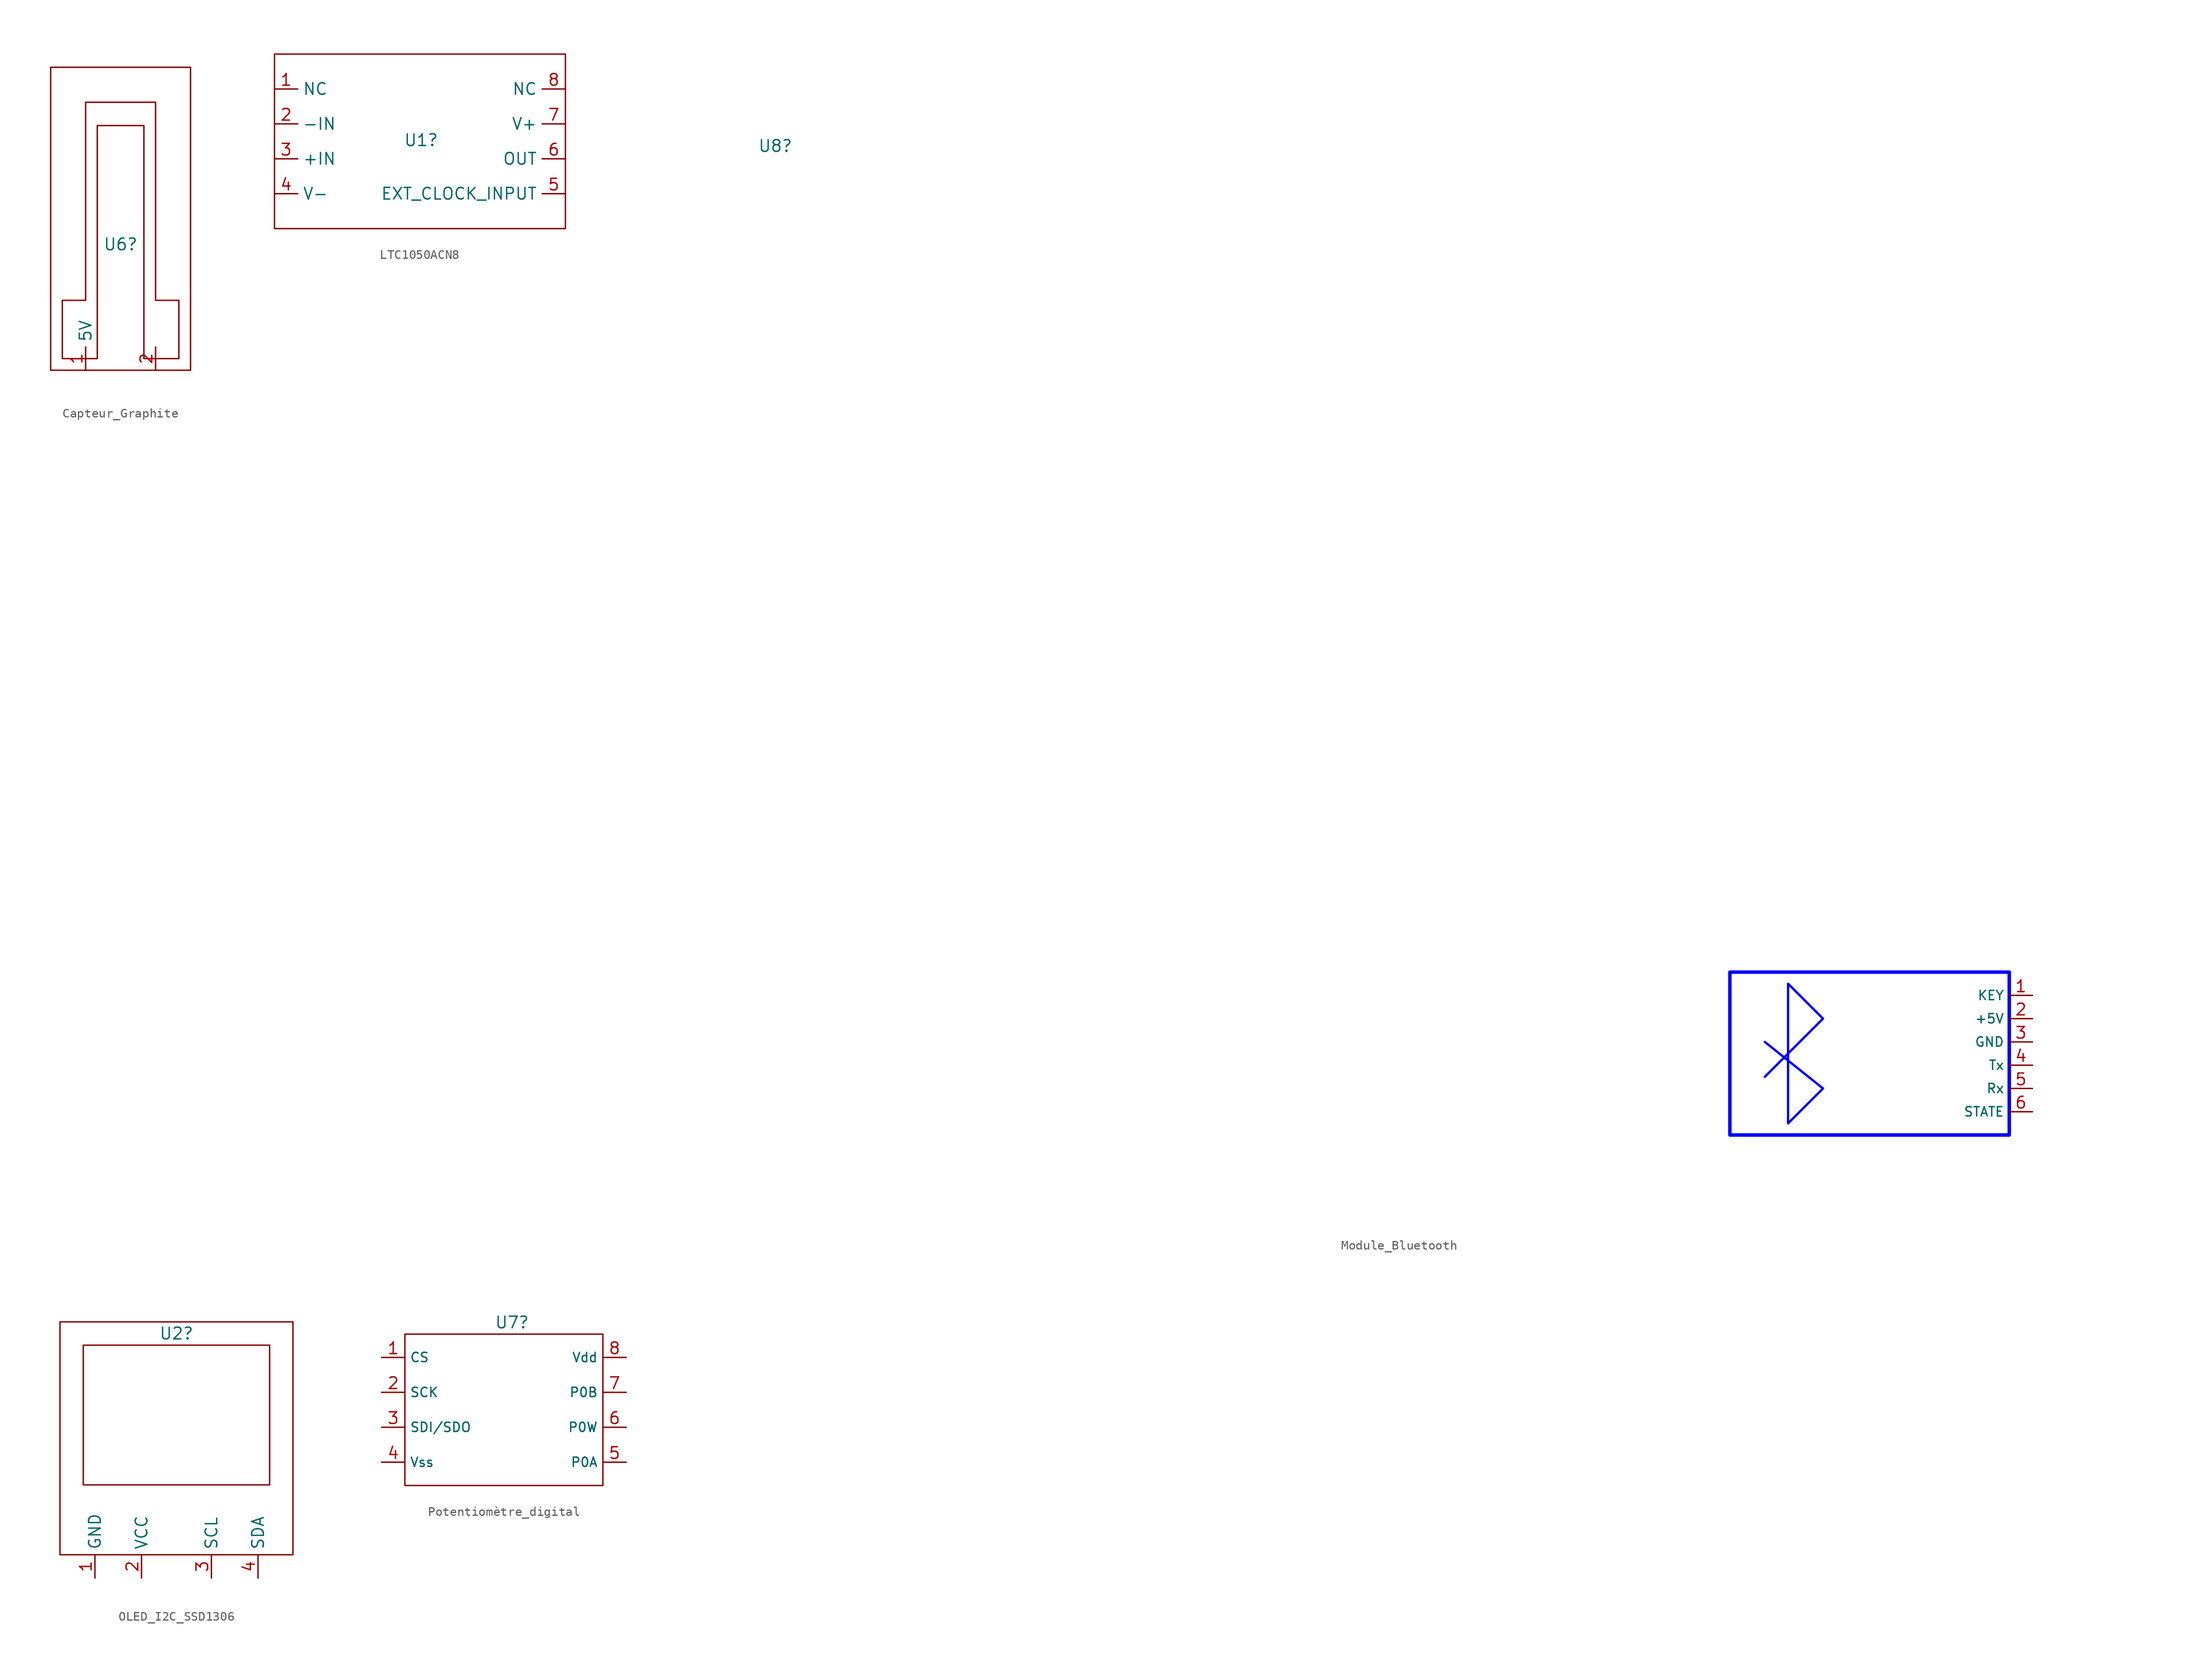
<source format=kicad_sym>
(kicad_symbol_lib
  (version 20231120)
  (generator "kicad_symbol_editor")
  (generator_version "8.0")
  (symbol "Capteur_Graphite"
    (property "Reference" "U6"
      (at 0 -6.604 0)
      (effects (font (size 1.27 1.27))))
    (property "Value" ""
      (at 0 0 0)
      (effects (font (size 1.27 1.27))))
    (symbol "Capteur_Graphite_0_1"
      (rectangle (start -7.62 12.7) (end 7.62 -20.32) (stroke (width 0) (type default)) (fill (type none)))
      (polyline (pts (xy -6.35 -12.7) (xy -6.35 -19.05) (xy -2.54 -19.05) (xy -2.54 6.35) (xy 1.27 6.35) (xy 2.54 6.35) (xy 2.54 -19.05) (xy 6.35 -19.05) (xy 6.35 -12.7) (xy 3.81 -12.7) (xy 3.81 8.89) (xy -3.81 8.89) (xy -3.81 -12.7) (xy -6.35 -12.7)) (stroke (width 0) (type default)) (fill (type none))))
    (symbol "Capteur_Graphite_1_1"
      (pin passive line (at -3.81 -20.32 90) (length 2.54) (name "5V" (effects (font (size 1.27 1.27)))) (number "1" (effects (font (size 1.27 1.27)))))
      (pin passive line (at 3.81 -20.32 90) (length 2.54) (name "" (effects (font (size 1.27 1.27)))) (number "2" (effects (font (size 1.27 1.27)))))))
  (symbol "LTC1050ACN8"
    (property "Reference" "U1"
      (at -3.048 3.302 0)
      (effects (font (size 1.27 1.27))))
    (property "Value" ""
      (at 0 0 0)
      (effects (font (size 1.27 1.27))))
    (symbol "LTC1050ACN8_0_1"
      (rectangle (start -19.05 12.7) (end 12.7 -6.35) (stroke (width 0) (type default)) (fill (type none))))
    (symbol "LTC1050ACN8_1_1"
      (pin passive line (at -19.05 8.89 0) (length 2.54) (name "NC" (effects (font (size 1.27 1.27)))) (number "1" (effects (font (size 1.27 1.27)))))
      (pin passive line (at -19.05 5.08 0) (length 2.54) (name "-IN" (effects (font (size 1.27 1.27)))) (number "2" (effects (font (size 1.27 1.27)))))
      (pin passive line (at -19.05 1.27 0) (length 2.54) (name "+IN" (effects (font (size 1.27 1.27)))) (number "3" (effects (font (size 1.27 1.27)))))
      (pin passive line (at -19.05 -2.54 0) (length 2.54) (name "V-" (effects (font (size 1.27 1.27)))) (number "4" (effects (font (size 1.27 1.27)))))
      (pin passive line (at 12.7 -2.54 180) (length 2.54) (name "EXT_CLOCK_INPUT" (effects (font (size 1.27 1.27)))) (number "5" (effects (font (size 1.27 1.27)))))
      (pin passive line (at 12.7 1.27 180) (length 2.54) (name "OUT" (effects (font (size 1.27 1.27)))) (number "6" (effects (font (size 1.27 1.27)))))
      (pin passive line (at 12.7 5.08 180) (length 2.54) (name "V+" (effects (font (size 1.27 1.27)))) (number "7" (effects (font (size 1.27 1.27)))))
      (pin passive line (at 12.7 8.89 180) (length 2.54) (name "NC" (effects (font (size 1.27 1.27)))) (number "8" (effects (font (size 1.27 1.27)))))))
  (symbol "Module_Bluetooth"
    (property "Reference" "U8"
      (at 0 0 0)
      (effects (font (size 1.27 1.27))))
    (property "Value" ""
      (at 0 0 0)
      (effects (font (size 1.27 1.27))))
    (symbol "Module_Bluetooth_0_1"
      (polyline (pts (xy 107.95 -97.79) (xy 114.3 -102.87) (xy 110.49 -106.68) (xy 110.49 -91.44) (xy 114.3 -95.25) (xy 107.95 -101.6)) (stroke (width 0.254) (type default) (color 0 0 255 1)) (fill (type none)))
      (rectangle (start 104.14 -90.17) (end 134.62 -107.95) (stroke (width 0.381) (type default) (color 0 0 255 1)) (fill (type none))))
    (symbol "Module_Bluetooth_1_1"
      (pin passive line (at 137.16 -92.71 180) (length 2.54) (name "KEY" (effects (font (size 1.016 1.016)))) (number "1" (effects (font (size 1.27 1.27)))))
      (pin passive line (at 137.16 -95.25 180) (length 2.54) (name "+5V" (effects (font (size 1.016 1.016)))) (number "2" (effects (font (size 1.27 1.27)))))
      (pin passive line (at 137.16 -97.79 180) (length 2.54) (name "GND" (effects (font (size 1.016 1.016)))) (number "3" (effects (font (size 1.27 1.27)))))
      (pin passive line (at 137.16 -100.33 180) (length 2.54) (name "Tx" (effects (font (size 1.016 1.016)))) (number "4" (effects (font (size 1.27 1.27)))))
      (pin passive line (at 137.16 -102.87 180) (length 2.54) (name "Rx" (effects (font (size 1.016 1.016)))) (number "5" (effects (font (size 1.27 1.27)))))
      (pin passive line (at 137.16 -105.41 180) (length 2.54) (name "STATE" (effects (font (size 1.016 1.016)))) (number "6" (effects (font (size 1.27 1.27)))))))
  (symbol "OLED_I2C_SSD1306"
    (property "Reference" "U2"
      (at 0 11.43 0)
      (effects (font (size 1.27 1.27))))
    (property "Value" ""
      (at 0 0 0)
      (effects (font (size 1.27 1.27))))
    (symbol "OLED_I2C_SSD1306_0_1"
      (rectangle (start -12.7 12.7) (end 12.7 -12.7) (stroke (width 0) (type default)) (fill (type none)))
      (rectangle (start -10.16 10.16) (end 10.16 -5.08) (stroke (width 0) (type default)) (fill (type none))))
    (symbol "OLED_I2C_SSD1306_1_1"
      (pin passive line (at -8.89 -15.24 90) (length 2.54) (name "GND" (effects (font (size 1.27 1.27)))) (number "1" (effects (font (size 1.27 1.27)))))
      (pin passive line (at -3.81 -15.24 90) (length 2.54) (name "VCC" (effects (font (size 1.27 1.27)))) (number "2" (effects (font (size 1.27 1.27)))))
      (pin passive line (at 3.81 -15.24 90) (length 2.54) (name "SCL" (effects (font (size 1.27 1.27)))) (number "3" (effects (font (size 1.27 1.27)))))
      (pin passive line (at 8.89 -15.24 90) (length 2.54) (name "SDA" (effects (font (size 1.27 1.27)))) (number "4" (effects (font (size 1.27 1.27)))))))
  (symbol "Potentiomètre_digital"
    (property "Reference" "U7"
      (at -1.016 13.97 0)
      (effects (font (size 1.27 1.27))))
    (property "Value" ""
      (at 0 0 0)
      (effects (font (size 1.27 1.27))))
    (symbol "Potentiomètre_digital_0_1"
      (rectangle (start -12.7 12.7) (end 8.89 -3.81) (stroke (width 0) (type default)) (fill (type none))))
    (symbol "Potentiomètre_digital_1_1"
      (pin passive line (at -15.24 10.16 0) (length 2.54) (name "CS" (effects (font (size 1.016 1.016)))) (number "1" (effects (font (size 1.27 1.27)))))
      (pin passive line (at -15.24 6.35 0) (length 2.54) (name "SCK" (effects (font (size 1.016 1.016)))) (number "2" (effects (font (size 1.27 1.27)))))
      (pin passive line (at -15.24 2.54 0) (length 2.54) (name "SDI/SDO" (effects (font (size 1.016 1.016)))) (number "3" (effects (font (size 1.27 1.27)))))
      (pin passive line (at -15.24 -1.27 0) (length 2.54) (name "Vss" (effects (font (size 1.016 1.016)))) (number "4" (effects (font (size 1.27 1.27)))))
      (pin passive line (at 11.43 -1.27 180) (length 2.54) (name "P0A" (effects (font (size 1.016 1.016)))) (number "5" (effects (font (size 1.27 1.27)))))
      (pin passive line (at 11.43 2.54 180) (length 2.54) (name "P0W" (effects (font (size 1.016 1.016)))) (number "6" (effects (font (size 1.27 1.27)))))
      (pin passive line (at 11.43 6.35 180) (length 2.54) (name "P0B" (effects (font (size 1.016 1.016)))) (number "7" (effects (font (size 1.27 1.27)))))
      (pin passive line (at 11.43 10.16 180) (length 2.54) (name "Vdd" (effects (font (size 1.016 1.016)))) (number "8" (effects (font (size 1.27 1.27))))))))
</source>
